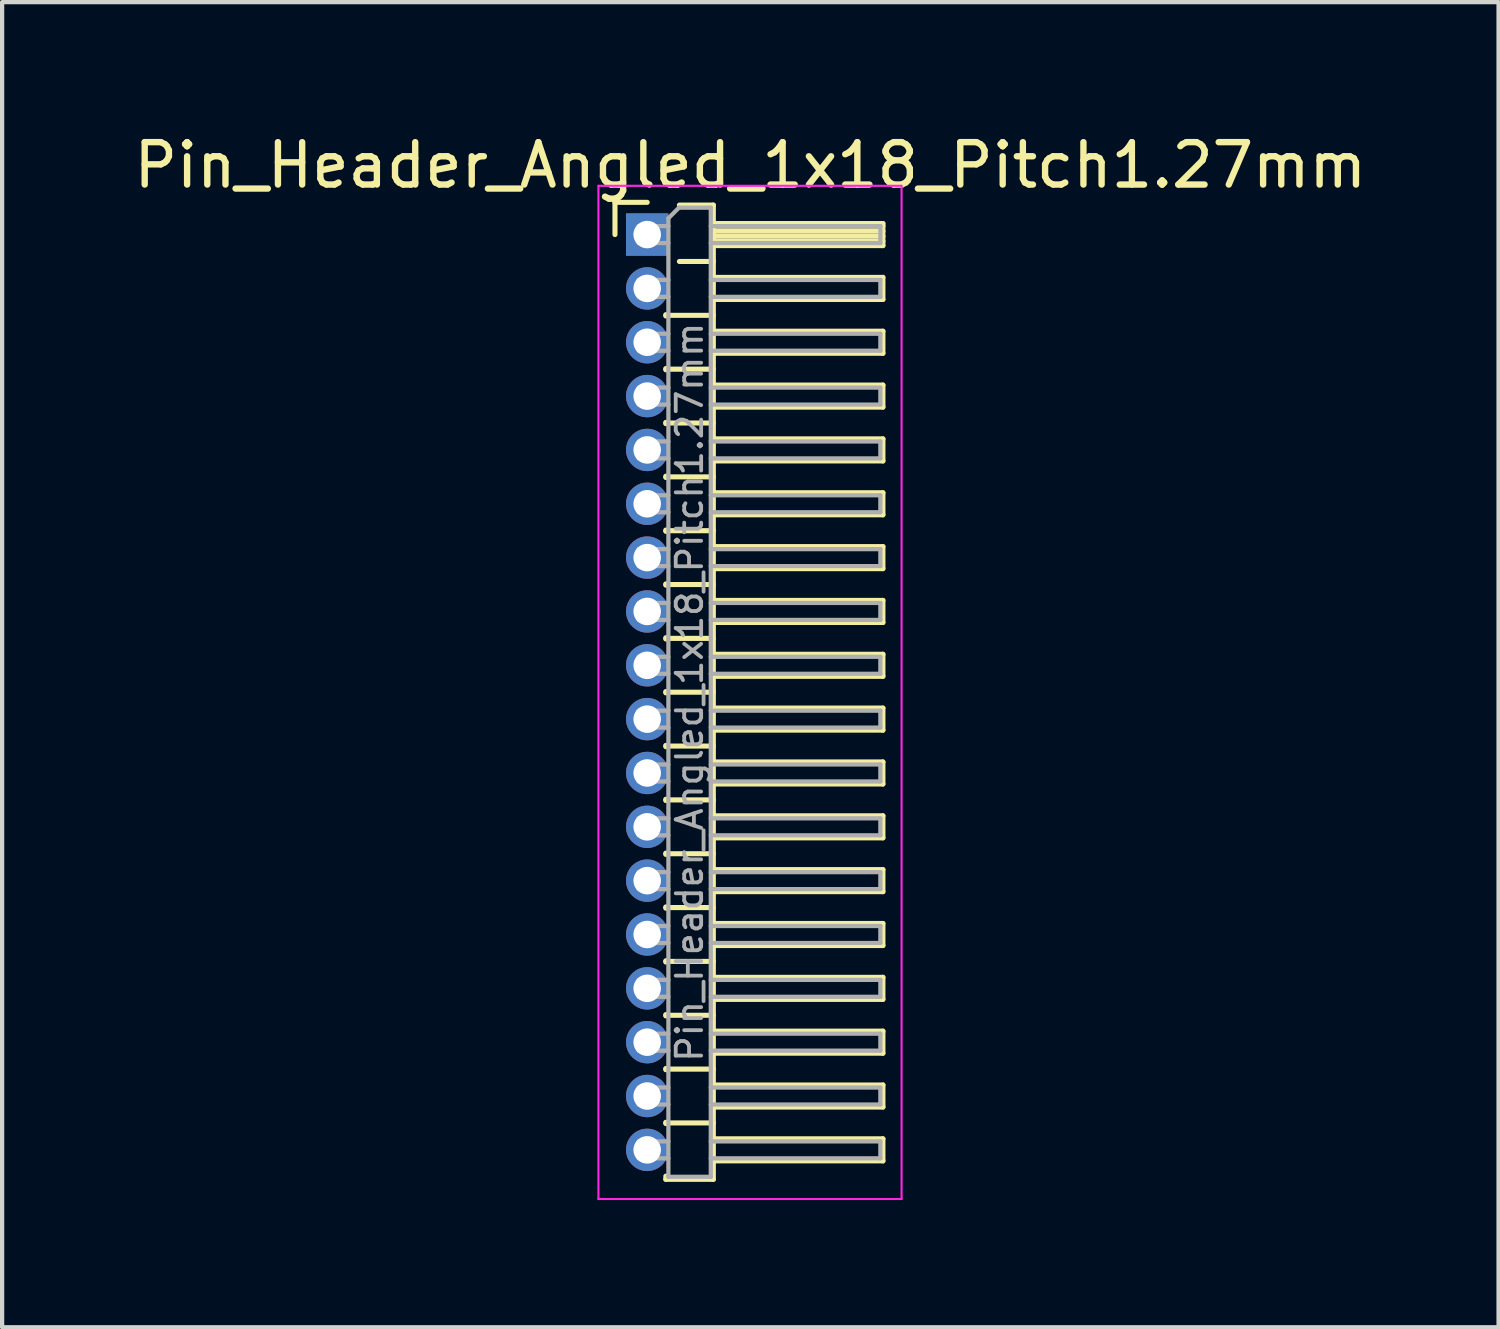
<source format=kicad_pcb>
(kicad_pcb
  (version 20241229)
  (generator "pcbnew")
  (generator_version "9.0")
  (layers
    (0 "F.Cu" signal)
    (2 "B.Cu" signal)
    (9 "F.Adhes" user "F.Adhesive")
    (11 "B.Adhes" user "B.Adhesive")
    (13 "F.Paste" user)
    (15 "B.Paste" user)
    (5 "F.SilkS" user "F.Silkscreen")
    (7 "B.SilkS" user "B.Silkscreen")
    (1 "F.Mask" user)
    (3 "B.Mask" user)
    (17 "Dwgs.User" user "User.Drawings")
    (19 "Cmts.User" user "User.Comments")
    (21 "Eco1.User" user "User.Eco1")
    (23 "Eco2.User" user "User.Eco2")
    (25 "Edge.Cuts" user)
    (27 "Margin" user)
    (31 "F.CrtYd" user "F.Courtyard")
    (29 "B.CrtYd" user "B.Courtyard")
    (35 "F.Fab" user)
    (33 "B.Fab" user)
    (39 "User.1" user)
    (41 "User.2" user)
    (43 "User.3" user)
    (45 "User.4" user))
  (footprint "Pin_Header_Angled_1x18_Pitch1.27mm"
    (layer "F.Cu")
    (at 12.216 2.483)
    (property "Reference" "Pin_Header_Angled_1x18_Pitch1.27mm" (at 2.433 -1.635 0) (layer "F.SilkS") (effects (font (size 1 1) (thickness 0.15))))
    (attr through_hole)
    (fp_line (start -0.76 -0.76) (end 0 -0.76) (stroke (width 0.12) (type solid)) (layer "F.SilkS"))
    (fp_line (start -0.76 0) (end -0.76 -0.76) (stroke (width 0.12) (type solid)) (layer "F.SilkS"))
    (fp_line (start 0.44 1.89) (end 0.44 1.92) (stroke (width 0.12) (type solid)) (layer "F.SilkS"))
    (fp_line (start 0.44 1.905) (end 1.56 1.905) (stroke (width 0.12) (type solid)) (layer "F.SilkS"))
    (fp_line (start 0.44 3.16) (end 0.44 3.19) (stroke (width 0.12) (type solid)) (layer "F.SilkS"))
    (fp_line (start 0.44 3.175) (end 1.56 3.175) (stroke (width 0.12) (type solid)) (layer "F.SilkS"))
    (fp_line (start 0.44 4.43) (end 0.44 4.46) (stroke (width 0.12) (type solid)) (layer "F.SilkS"))
    (fp_line (start 0.44 4.445) (end 1.56 4.445) (stroke (width 0.12) (type solid)) (layer "F.SilkS"))
    (fp_line (start 0.44 5.7) (end 0.44 5.73) (stroke (width 0.12) (type solid)) (layer "F.SilkS"))
    (fp_line (start 0.44 5.715) (end 1.56 5.715) (stroke (width 0.12) (type solid)) (layer "F.SilkS"))
    (fp_line (start 0.44 6.97) (end 0.44 7) (stroke (width 0.12) (type solid)) (layer "F.SilkS"))
    (fp_line (start 0.44 6.985) (end 1.56 6.985) (stroke (width 0.12) (type solid)) (layer "F.SilkS"))
    (fp_line (start 0.44 8.24) (end 0.44 8.27) (stroke (width 0.12) (type solid)) (layer "F.SilkS"))
    (fp_line (start 0.44 8.255) (end 1.56 8.255) (stroke (width 0.12) (type solid)) (layer "F.SilkS"))
    (fp_line (start 0.44 9.51) (end 0.44 9.54) (stroke (width 0.12) (type solid)) (layer "F.SilkS"))
    (fp_line (start 0.44 9.525) (end 1.56 9.525) (stroke (width 0.12) (type solid)) (layer "F.SilkS"))
    (fp_line (start 0.44 10.78) (end 0.44 10.81) (stroke (width 0.12) (type solid)) (layer "F.SilkS"))
    (fp_line (start 0.44 10.795) (end 1.56 10.795) (stroke (width 0.12) (type solid)) (layer "F.SilkS"))
    (fp_line (start 0.44 12.05) (end 0.44 12.08) (stroke (width 0.12) (type solid)) (layer "F.SilkS"))
    (fp_line (start 0.44 12.065) (end 1.56 12.065) (stroke (width 0.12) (type solid)) (layer "F.SilkS"))
    (fp_line (start 0.44 13.32) (end 0.44 13.35) (stroke (width 0.12) (type solid)) (layer "F.SilkS"))
    (fp_line (start 0.44 13.335) (end 1.56 13.335) (stroke (width 0.12) (type solid)) (layer "F.SilkS"))
    (fp_line (start 0.44 14.59) (end 0.44 14.62) (stroke (width 0.12) (type solid)) (layer "F.SilkS"))
    (fp_line (start 0.44 14.605) (end 1.56 14.605) (stroke (width 0.12) (type solid)) (layer "F.SilkS"))
    (fp_line (start 0.44 15.86) (end 0.44 15.89) (stroke (width 0.12) (type solid)) (layer "F.SilkS"))
    (fp_line (start 0.44 15.875) (end 1.56 15.875) (stroke (width 0.12) (type solid)) (layer "F.SilkS"))
    (fp_line (start 0.44 17.13) (end 0.44 17.16) (stroke (width 0.12) (type solid)) (layer "F.SilkS"))
    (fp_line (start 0.44 17.145) (end 1.56 17.145) (stroke (width 0.12) (type solid)) (layer "F.SilkS"))
    (fp_line (start 0.44 18.4) (end 0.44 18.43) (stroke (width 0.12) (type solid)) (layer "F.SilkS"))
    (fp_line (start 0.44 18.415) (end 1.56 18.415) (stroke (width 0.12) (type solid)) (layer "F.SilkS"))
    (fp_line (start 0.44 19.67) (end 0.44 19.7) (stroke (width 0.12) (type solid)) (layer "F.SilkS"))
    (fp_line (start 0.44 19.685) (end 1.56 19.685) (stroke (width 0.12) (type solid)) (layer "F.SilkS"))
    (fp_line (start 0.44 20.94) (end 0.44 20.97) (stroke (width 0.12) (type solid)) (layer "F.SilkS"))
    (fp_line (start 0.44 20.955) (end 1.56 20.955) (stroke (width 0.12) (type solid)) (layer "F.SilkS"))
    (fp_line (start 0.44 22.285) (end 0.44 22.21) (stroke (width 0.12) (type solid)) (layer "F.SilkS"))
    (fp_line (start 0.76 -0.695) (end 1.56 -0.695) (stroke (width 0.12) (type solid)) (layer "F.SilkS"))
    (fp_line (start 0.76 0.635) (end 1.56 0.635) (stroke (width 0.12) (type solid)) (layer "F.SilkS"))
    (fp_line (start 1.56 -0.695) (end 1.56 22.285) (stroke (width 0.12) (type solid)) (layer "F.SilkS"))
    (fp_line (start 1.56 -0.26) (end 5.56 -0.26) (stroke (width 0.12) (type solid)) (layer "F.SilkS"))
    (fp_line (start 1.56 -0.2) (end 5.56 -0.2) (stroke (width 0.12) (type solid)) (layer "F.SilkS"))
    (fp_line (start 1.56 -0.08) (end 5.56 -0.08) (stroke (width 0.12) (type solid)) (layer "F.SilkS"))
    (fp_line (start 1.56 0.04) (end 5.56 0.04) (stroke (width 0.12) (type solid)) (layer "F.SilkS"))
    (fp_line (start 1.56 0.16) (end 5.56 0.16) (stroke (width 0.12) (type solid)) (layer "F.SilkS"))
    (fp_line (start 1.56 1.01) (end 5.56 1.01) (stroke (width 0.12) (type solid)) (layer "F.SilkS"))
    (fp_line (start 1.56 2.28) (end 5.56 2.28) (stroke (width 0.12) (type solid)) (layer "F.SilkS"))
    (fp_line (start 1.56 3.55) (end 5.56 3.55) (stroke (width 0.12) (type solid)) (layer "F.SilkS"))
    (fp_line (start 1.56 4.82) (end 5.56 4.82) (stroke (width 0.12) (type solid)) (layer "F.SilkS"))
    (fp_line (start 1.56 6.09) (end 5.56 6.09) (stroke (width 0.12) (type solid)) (layer "F.SilkS"))
    (fp_line (start 1.56 7.36) (end 5.56 7.36) (stroke (width 0.12) (type solid)) (layer "F.SilkS"))
    (fp_line (start 1.56 8.63) (end 5.56 8.63) (stroke (width 0.12) (type solid)) (layer "F.SilkS"))
    (fp_line (start 1.56 9.9) (end 5.56 9.9) (stroke (width 0.12) (type solid)) (layer "F.SilkS"))
    (fp_line (start 1.56 11.17) (end 5.56 11.17) (stroke (width 0.12) (type solid)) (layer "F.SilkS"))
    (fp_line (start 1.56 12.44) (end 5.56 12.44) (stroke (width 0.12) (type solid)) (layer "F.SilkS"))
    (fp_line (start 1.56 13.71) (end 5.56 13.71) (stroke (width 0.12) (type solid)) (layer "F.SilkS"))
    (fp_line (start 1.56 14.98) (end 5.56 14.98) (stroke (width 0.12) (type solid)) (layer "F.SilkS"))
    (fp_line (start 1.56 16.25) (end 5.56 16.25) (stroke (width 0.12) (type solid)) (layer "F.SilkS"))
    (fp_line (start 1.56 17.52) (end 5.56 17.52) (stroke (width 0.12) (type solid)) (layer "F.SilkS"))
    (fp_line (start 1.56 18.79) (end 5.56 18.79) (stroke (width 0.12) (type solid)) (layer "F.SilkS"))
    (fp_line (start 1.56 20.06) (end 5.56 20.06) (stroke (width 0.12) (type solid)) (layer "F.SilkS"))
    (fp_line (start 1.56 21.33) (end 5.56 21.33) (stroke (width 0.12) (type solid)) (layer "F.SilkS"))
    (fp_line (start 1.56 22.285) (end 0.44 22.285) (stroke (width 0.12) (type solid)) (layer "F.SilkS"))
    (fp_line (start 5.56 -0.26) (end 5.56 0.26) (stroke (width 0.12) (type solid)) (layer "F.SilkS"))
    (fp_line (start 5.56 0.26) (end 1.56 0.26) (stroke (width 0.12) (type solid)) (layer "F.SilkS"))
    (fp_line (start 5.56 1.01) (end 5.56 1.53) (stroke (width 0.12) (type solid)) (layer "F.SilkS"))
    (fp_line (start 5.56 1.53) (end 1.56 1.53) (stroke (width 0.12) (type solid)) (layer "F.SilkS"))
    (fp_line (start 5.56 2.28) (end 5.56 2.8) (stroke (width 0.12) (type solid)) (layer "F.SilkS"))
    (fp_line (start 5.56 2.8) (end 1.56 2.8) (stroke (width 0.12) (type solid)) (layer "F.SilkS"))
    (fp_line (start 5.56 3.55) (end 5.56 4.07) (stroke (width 0.12) (type solid)) (layer "F.SilkS"))
    (fp_line (start 5.56 4.07) (end 1.56 4.07) (stroke (width 0.12) (type solid)) (layer "F.SilkS"))
    (fp_line (start 5.56 4.82) (end 5.56 5.34) (stroke (width 0.12) (type solid)) (layer "F.SilkS"))
    (fp_line (start 5.56 5.34) (end 1.56 5.34) (stroke (width 0.12) (type solid)) (layer "F.SilkS"))
    (fp_line (start 5.56 6.09) (end 5.56 6.61) (stroke (width 0.12) (type solid)) (layer "F.SilkS"))
    (fp_line (start 5.56 6.61) (end 1.56 6.61) (stroke (width 0.12) (type solid)) (layer "F.SilkS"))
    (fp_line (start 5.56 7.36) (end 5.56 7.88) (stroke (width 0.12) (type solid)) (layer "F.SilkS"))
    (fp_line (start 5.56 7.88) (end 1.56 7.88) (stroke (width 0.12) (type solid)) (layer "F.SilkS"))
    (fp_line (start 5.56 8.63) (end 5.56 9.15) (stroke (width 0.12) (type solid)) (layer "F.SilkS"))
    (fp_line (start 5.56 9.15) (end 1.56 9.15) (stroke (width 0.12) (type solid)) (layer "F.SilkS"))
    (fp_line (start 5.56 9.9) (end 5.56 10.42) (stroke (width 0.12) (type solid)) (layer "F.SilkS"))
    (fp_line (start 5.56 10.42) (end 1.56 10.42) (stroke (width 0.12) (type solid)) (layer "F.SilkS"))
    (fp_line (start 5.56 11.17) (end 5.56 11.69) (stroke (width 0.12) (type solid)) (layer "F.SilkS"))
    (fp_line (start 5.56 11.69) (end 1.56 11.69) (stroke (width 0.12) (type solid)) (layer "F.SilkS"))
    (fp_line (start 5.56 12.44) (end 5.56 12.96) (stroke (width 0.12) (type solid)) (layer "F.SilkS"))
    (fp_line (start 5.56 12.96) (end 1.56 12.96) (stroke (width 0.12) (type solid)) (layer "F.SilkS"))
    (fp_line (start 5.56 13.71) (end 5.56 14.23) (stroke (width 0.12) (type solid)) (layer "F.SilkS"))
    (fp_line (start 5.56 14.23) (end 1.56 14.23) (stroke (width 0.12) (type solid)) (layer "F.SilkS"))
    (fp_line (start 5.56 14.98) (end 5.56 15.5) (stroke (width 0.12) (type solid)) (layer "F.SilkS"))
    (fp_line (start 5.56 15.5) (end 1.56 15.5) (stroke (width 0.12) (type solid)) (layer "F.SilkS"))
    (fp_line (start 5.56 16.25) (end 5.56 16.77) (stroke (width 0.12) (type solid)) (layer "F.SilkS"))
    (fp_line (start 5.56 16.77) (end 1.56 16.77) (stroke (width 0.12) (type solid)) (layer "F.SilkS"))
    (fp_line (start 5.56 17.52) (end 5.56 18.04) (stroke (width 0.12) (type solid)) (layer "F.SilkS"))
    (fp_line (start 5.56 18.04) (end 1.56 18.04) (stroke (width 0.12) (type solid)) (layer "F.SilkS"))
    (fp_line (start 5.56 18.79) (end 5.56 19.31) (stroke (width 0.12) (type solid)) (layer "F.SilkS"))
    (fp_line (start 5.56 19.31) (end 1.56 19.31) (stroke (width 0.12) (type solid)) (layer "F.SilkS"))
    (fp_line (start 5.56 20.06) (end 5.56 20.58) (stroke (width 0.12) (type solid)) (layer "F.SilkS"))
    (fp_line (start 5.56 20.58) (end 1.56 20.58) (stroke (width 0.12) (type solid)) (layer "F.SilkS"))
    (fp_line (start 5.56 21.33) (end 5.56 21.85) (stroke (width 0.12) (type solid)) (layer "F.SilkS"))
    (fp_line (start 5.56 21.85) (end 1.56 21.85) (stroke (width 0.12) (type solid)) (layer "F.SilkS"))
    (fp_line (start -1.15 -1.15) (end -1.15 22.75) (stroke (width 0.05) (type solid)) (layer "F.CrtYd"))
    (fp_line (start -1.15 22.75) (end 6 22.75) (stroke (width 0.05) (type solid)) (layer "F.CrtYd"))
    (fp_line (start 6 -1.15) (end -1.15 -1.15) (stroke (width 0.05) (type solid)) (layer "F.CrtYd"))
    (fp_line (start 6 22.75) (end 6 -1.15) (stroke (width 0.05) (type solid)) (layer "F.CrtYd"))
    (fp_line (start -0.2 -0.2) (end -0.2 0.2) (stroke (width 0.1) (type solid)) (layer "F.Fab"))
    (fp_line (start -0.2 -0.2) (end 0.5 -0.2) (stroke (width 0.1) (type solid)) (layer "F.Fab"))
    (fp_line (start -0.2 0.2) (end 0.5 0.2) (stroke (width 0.1) (type solid)) (layer "F.Fab"))
    (fp_line (start -0.2 1.07) (end -0.2 1.47) (stroke (width 0.1) (type solid)) (layer "F.Fab"))
    (fp_line (start -0.2 1.07) (end 0.5 1.07) (stroke (width 0.1) (type solid)) (layer "F.Fab"))
    (fp_line (start -0.2 1.47) (end 0.5 1.47) (stroke (width 0.1) (type solid)) (layer "F.Fab"))
    (fp_line (start -0.2 2.34) (end -0.2 2.74) (stroke (width 0.1) (type solid)) (layer "F.Fab"))
    (fp_line (start -0.2 2.34) (end 0.5 2.34) (stroke (width 0.1) (type solid)) (layer "F.Fab"))
    (fp_line (start -0.2 2.74) (end 0.5 2.74) (stroke (width 0.1) (type solid)) (layer "F.Fab"))
    (fp_line (start -0.2 3.61) (end -0.2 4.01) (stroke (width 0.1) (type solid)) (layer "F.Fab"))
    (fp_line (start -0.2 3.61) (end 0.5 3.61) (stroke (width 0.1) (type solid)) (layer "F.Fab"))
    (fp_line (start -0.2 4.01) (end 0.5 4.01) (stroke (width 0.1) (type solid)) (layer "F.Fab"))
    (fp_line (start -0.2 4.88) (end -0.2 5.28) (stroke (width 0.1) (type solid)) (layer "F.Fab"))
    (fp_line (start -0.2 4.88) (end 0.5 4.88) (stroke (width 0.1) (type solid)) (layer "F.Fab"))
    (fp_line (start -0.2 5.28) (end 0.5 5.28) (stroke (width 0.1) (type solid)) (layer "F.Fab"))
    (fp_line (start -0.2 6.15) (end -0.2 6.55) (stroke (width 0.1) (type solid)) (layer "F.Fab"))
    (fp_line (start -0.2 6.15) (end 0.5 6.15) (stroke (width 0.1) (type solid)) (layer "F.Fab"))
    (fp_line (start -0.2 6.55) (end 0.5 6.55) (stroke (width 0.1) (type solid)) (layer "F.Fab"))
    (fp_line (start -0.2 7.42) (end -0.2 7.82) (stroke (width 0.1) (type solid)) (layer "F.Fab"))
    (fp_line (start -0.2 7.42) (end 0.5 7.42) (stroke (width 0.1) (type solid)) (layer "F.Fab"))
    (fp_line (start -0.2 7.82) (end 0.5 7.82) (stroke (width 0.1) (type solid)) (layer "F.Fab"))
    (fp_line (start -0.2 8.69) (end -0.2 9.09) (stroke (width 0.1) (type solid)) (layer "F.Fab"))
    (fp_line (start -0.2 8.69) (end 0.5 8.69) (stroke (width 0.1) (type solid)) (layer "F.Fab"))
    (fp_line (start -0.2 9.09) (end 0.5 9.09) (stroke (width 0.1) (type solid)) (layer "F.Fab"))
    (fp_line (start -0.2 9.96) (end -0.2 10.36) (stroke (width 0.1) (type solid)) (layer "F.Fab"))
    (fp_line (start -0.2 9.96) (end 0.5 9.96) (stroke (width 0.1) (type solid)) (layer "F.Fab"))
    (fp_line (start -0.2 10.36) (end 0.5 10.36) (stroke (width 0.1) (type solid)) (layer "F.Fab"))
    (fp_line (start -0.2 11.23) (end -0.2 11.63) (stroke (width 0.1) (type solid)) (layer "F.Fab"))
    (fp_line (start -0.2 11.23) (end 0.5 11.23) (stroke (width 0.1) (type solid)) (layer "F.Fab"))
    (fp_line (start -0.2 11.63) (end 0.5 11.63) (stroke (width 0.1) (type solid)) (layer "F.Fab"))
    (fp_line (start -0.2 12.5) (end -0.2 12.9) (stroke (width 0.1) (type solid)) (layer "F.Fab"))
    (fp_line (start -0.2 12.5) (end 0.5 12.5) (stroke (width 0.1) (type solid)) (layer "F.Fab"))
    (fp_line (start -0.2 12.9) (end 0.5 12.9) (stroke (width 0.1) (type solid)) (layer "F.Fab"))
    (fp_line (start -0.2 13.77) (end -0.2 14.17) (stroke (width 0.1) (type solid)) (layer "F.Fab"))
    (fp_line (start -0.2 13.77) (end 0.5 13.77) (stroke (width 0.1) (type solid)) (layer "F.Fab"))
    (fp_line (start -0.2 14.17) (end 0.5 14.17) (stroke (width 0.1) (type solid)) (layer "F.Fab"))
    (fp_line (start -0.2 15.04) (end -0.2 15.44) (stroke (width 0.1) (type solid)) (layer "F.Fab"))
    (fp_line (start -0.2 15.04) (end 0.5 15.04) (stroke (width 0.1) (type solid)) (layer "F.Fab"))
    (fp_line (start -0.2 15.44) (end 0.5 15.44) (stroke (width 0.1) (type solid)) (layer "F.Fab"))
    (fp_line (start -0.2 16.31) (end -0.2 16.71) (stroke (width 0.1) (type solid)) (layer "F.Fab"))
    (fp_line (start -0.2 16.31) (end 0.5 16.31) (stroke (width 0.1) (type solid)) (layer "F.Fab"))
    (fp_line (start -0.2 16.71) (end 0.5 16.71) (stroke (width 0.1) (type solid)) (layer "F.Fab"))
    (fp_line (start -0.2 17.58) (end -0.2 17.98) (stroke (width 0.1) (type solid)) (layer "F.Fab"))
    (fp_line (start -0.2 17.58) (end 0.5 17.58) (stroke (width 0.1) (type solid)) (layer "F.Fab"))
    (fp_line (start -0.2 17.98) (end 0.5 17.98) (stroke (width 0.1) (type solid)) (layer "F.Fab"))
    (fp_line (start -0.2 18.85) (end -0.2 19.25) (stroke (width 0.1) (type solid)) (layer "F.Fab"))
    (fp_line (start -0.2 18.85) (end 0.5 18.85) (stroke (width 0.1) (type solid)) (layer "F.Fab"))
    (fp_line (start -0.2 19.25) (end 0.5 19.25) (stroke (width 0.1) (type solid)) (layer "F.Fab"))
    (fp_line (start -0.2 20.12) (end -0.2 20.52) (stroke (width 0.1) (type solid)) (layer "F.Fab"))
    (fp_line (start -0.2 20.12) (end 0.5 20.12) (stroke (width 0.1) (type solid)) (layer "F.Fab"))
    (fp_line (start -0.2 20.52) (end 0.5 20.52) (stroke (width 0.1) (type solid)) (layer "F.Fab"))
    (fp_line (start -0.2 21.39) (end -0.2 21.79) (stroke (width 0.1) (type solid)) (layer "F.Fab"))
    (fp_line (start -0.2 21.39) (end 0.5 21.39) (stroke (width 0.1) (type solid)) (layer "F.Fab"))
    (fp_line (start -0.2 21.79) (end 0.5 21.79) (stroke (width 0.1) (type solid)) (layer "F.Fab"))
    (fp_line (start 0.5 -0.385) (end 0.75 -0.635) (stroke (width 0.1) (type solid)) (layer "F.Fab"))
    (fp_line (start 0.5 22.225) (end 0.5 -0.385) (stroke (width 0.1) (type solid)) (layer "F.Fab"))
    (fp_line (start 0.75 -0.635) (end 1.5 -0.635) (stroke (width 0.1) (type solid)) (layer "F.Fab"))
    (fp_line (start 1.5 -0.635) (end 1.5 22.225) (stroke (width 0.1) (type solid)) (layer "F.Fab"))
    (fp_line (start 1.5 -0.2) (end 5.5 -0.2) (stroke (width 0.1) (type solid)) (layer "F.Fab"))
    (fp_line (start 1.5 0.2) (end 5.5 0.2) (stroke (width 0.1) (type solid)) (layer "F.Fab"))
    (fp_line (start 1.5 1.07) (end 5.5 1.07) (stroke (width 0.1) (type solid)) (layer "F.Fab"))
    (fp_line (start 1.5 1.47) (end 5.5 1.47) (stroke (width 0.1) (type solid)) (layer "F.Fab"))
    (fp_line (start 1.5 2.34) (end 5.5 2.34) (stroke (width 0.1) (type solid)) (layer "F.Fab"))
    (fp_line (start 1.5 2.74) (end 5.5 2.74) (stroke (width 0.1) (type solid)) (layer "F.Fab"))
    (fp_line (start 1.5 3.61) (end 5.5 3.61) (stroke (width 0.1) (type solid)) (layer "F.Fab"))
    (fp_line (start 1.5 4.01) (end 5.5 4.01) (stroke (width 0.1) (type solid)) (layer "F.Fab"))
    (fp_line (start 1.5 4.88) (end 5.5 4.88) (stroke (width 0.1) (type solid)) (layer "F.Fab"))
    (fp_line (start 1.5 5.28) (end 5.5 5.28) (stroke (width 0.1) (type solid)) (layer "F.Fab"))
    (fp_line (start 1.5 6.15) (end 5.5 6.15) (stroke (width 0.1) (type solid)) (layer "F.Fab"))
    (fp_line (start 1.5 6.55) (end 5.5 6.55) (stroke (width 0.1) (type solid)) (layer "F.Fab"))
    (fp_line (start 1.5 7.42) (end 5.5 7.42) (stroke (width 0.1) (type solid)) (layer "F.Fab"))
    (fp_line (start 1.5 7.82) (end 5.5 7.82) (stroke (width 0.1) (type solid)) (layer "F.Fab"))
    (fp_line (start 1.5 8.69) (end 5.5 8.69) (stroke (width 0.1) (type solid)) (layer "F.Fab"))
    (fp_line (start 1.5 9.09) (end 5.5 9.09) (stroke (width 0.1) (type solid)) (layer "F.Fab"))
    (fp_line (start 1.5 9.96) (end 5.5 9.96) (stroke (width 0.1) (type solid)) (layer "F.Fab"))
    (fp_line (start 1.5 10.36) (end 5.5 10.36) (stroke (width 0.1) (type solid)) (layer "F.Fab"))
    (fp_line (start 1.5 11.23) (end 5.5 11.23) (stroke (width 0.1) (type solid)) (layer "F.Fab"))
    (fp_line (start 1.5 11.63) (end 5.5 11.63) (stroke (width 0.1) (type solid)) (layer "F.Fab"))
    (fp_line (start 1.5 12.5) (end 5.5 12.5) (stroke (width 0.1) (type solid)) (layer "F.Fab"))
    (fp_line (start 1.5 12.9) (end 5.5 12.9) (stroke (width 0.1) (type solid)) (layer "F.Fab"))
    (fp_line (start 1.5 13.77) (end 5.5 13.77) (stroke (width 0.1) (type solid)) (layer "F.Fab"))
    (fp_line (start 1.5 14.17) (end 5.5 14.17) (stroke (width 0.1) (type solid)) (layer "F.Fab"))
    (fp_line (start 1.5 15.04) (end 5.5 15.04) (stroke (width 0.1) (type solid)) (layer "F.Fab"))
    (fp_line (start 1.5 15.44) (end 5.5 15.44) (stroke (width 0.1) (type solid)) (layer "F.Fab"))
    (fp_line (start 1.5 16.31) (end 5.5 16.31) (stroke (width 0.1) (type solid)) (layer "F.Fab"))
    (fp_line (start 1.5 16.71) (end 5.5 16.71) (stroke (width 0.1) (type solid)) (layer "F.Fab"))
    (fp_line (start 1.5 17.58) (end 5.5 17.58) (stroke (width 0.1) (type solid)) (layer "F.Fab"))
    (fp_line (start 1.5 17.98) (end 5.5 17.98) (stroke (width 0.1) (type solid)) (layer "F.Fab"))
    (fp_line (start 1.5 18.85) (end 5.5 18.85) (stroke (width 0.1) (type solid)) (layer "F.Fab"))
    (fp_line (start 1.5 19.25) (end 5.5 19.25) (stroke (width 0.1) (type solid)) (layer "F.Fab"))
    (fp_line (start 1.5 20.12) (end 5.5 20.12) (stroke (width 0.1) (type solid)) (layer "F.Fab"))
    (fp_line (start 1.5 20.52) (end 5.5 20.52) (stroke (width 0.1) (type solid)) (layer "F.Fab"))
    (fp_line (start 1.5 21.39) (end 5.5 21.39) (stroke (width 0.1) (type solid)) (layer "F.Fab"))
    (fp_line (start 1.5 21.79) (end 5.5 21.79) (stroke (width 0.1) (type solid)) (layer "F.Fab"))
    (fp_line (start 1.5 22.225) (end 0.5 22.225) (stroke (width 0.1) (type solid)) (layer "F.Fab"))
    (fp_line (start 5.5 -0.2) (end 5.5 0.2) (stroke (width 0.1) (type solid)) (layer "F.Fab"))
    (fp_line (start 5.5 1.07) (end 5.5 1.47) (stroke (width 0.1) (type solid)) (layer "F.Fab"))
    (fp_line (start 5.5 2.34) (end 5.5 2.74) (stroke (width 0.1) (type solid)) (layer "F.Fab"))
    (fp_line (start 5.5 3.61) (end 5.5 4.01) (stroke (width 0.1) (type solid)) (layer "F.Fab"))
    (fp_line (start 5.5 4.88) (end 5.5 5.28) (stroke (width 0.1) (type solid)) (layer "F.Fab"))
    (fp_line (start 5.5 6.15) (end 5.5 6.55) (stroke (width 0.1) (type solid)) (layer "F.Fab"))
    (fp_line (start 5.5 7.42) (end 5.5 7.82) (stroke (width 0.1) (type solid)) (layer "F.Fab"))
    (fp_line (start 5.5 8.69) (end 5.5 9.09) (stroke (width 0.1) (type solid)) (layer "F.Fab"))
    (fp_line (start 5.5 9.96) (end 5.5 10.36) (stroke (width 0.1) (type solid)) (layer "F.Fab"))
    (fp_line (start 5.5 11.23) (end 5.5 11.63) (stroke (width 0.1) (type solid)) (layer "F.Fab"))
    (fp_line (start 5.5 12.5) (end 5.5 12.9) (stroke (width 0.1) (type solid)) (layer "F.Fab"))
    (fp_line (start 5.5 13.77) (end 5.5 14.17) (stroke (width 0.1) (type solid)) (layer "F.Fab"))
    (fp_line (start 5.5 15.04) (end 5.5 15.44) (stroke (width 0.1) (type solid)) (layer "F.Fab"))
    (fp_line (start 5.5 16.31) (end 5.5 16.71) (stroke (width 0.1) (type solid)) (layer "F.Fab"))
    (fp_line (start 5.5 17.58) (end 5.5 17.98) (stroke (width 0.1) (type solid)) (layer "F.Fab"))
    (fp_line (start 5.5 18.85) (end 5.5 19.25) (stroke (width 0.1) (type solid)) (layer "F.Fab"))
    (fp_line (start 5.5 20.12) (end 5.5 20.52) (stroke (width 0.1) (type solid)) (layer "F.Fab"))
    (fp_line (start 5.5 21.39) (end 5.5 21.79) (stroke (width 0.1) (type solid)) (layer "F.Fab"))
    (fp_text user "${REFERENCE}" (at 1 10.795 90) (layer "F.Fab") (effects (font (size 0.6 0.6) (thickness 0.09))))
    (pad "1" thru_hole rect (at 0 0) (size 1 1) (drill 0.65) (layers "*.Cu" "*.Mask"))
    (pad "2" thru_hole oval (at 0 1.27) (size 1 1) (drill 0.65) (layers "*.Cu" "*.Mask"))
    (pad "3" thru_hole oval (at 0 2.54) (size 1 1) (drill 0.65) (layers "*.Cu" "*.Mask"))
    (pad "4" thru_hole oval (at 0 3.81) (size 1 1) (drill 0.65) (layers "*.Cu" "*.Mask"))
    (pad "5" thru_hole oval (at 0 5.08) (size 1 1) (drill 0.65) (layers "*.Cu" "*.Mask"))
    (pad "6" thru_hole oval (at 0 6.35) (size 1 1) (drill 0.65) (layers "*.Cu" "*.Mask"))
    (pad "7" thru_hole oval (at 0 7.62) (size 1 1) (drill 0.65) (layers "*.Cu" "*.Mask"))
    (pad "8" thru_hole oval (at 0 8.89) (size 1 1) (drill 0.65) (layers "*.Cu" "*.Mask"))
    (pad "9" thru_hole oval (at 0 10.16) (size 1 1) (drill 0.65) (layers "*.Cu" "*.Mask"))
    (pad "10" thru_hole oval (at 0 11.43) (size 1 1) (drill 0.65) (layers "*.Cu" "*.Mask"))
    (pad "11" thru_hole oval (at 0 12.7) (size 1 1) (drill 0.65) (layers "*.Cu" "*.Mask"))
    (pad "12" thru_hole oval (at 0 13.97) (size 1 1) (drill 0.65) (layers "*.Cu" "*.Mask"))
    (pad "13" thru_hole oval (at 0 15.24) (size 1 1) (drill 0.65) (layers "*.Cu" "*.Mask"))
    (pad "14" thru_hole oval (at 0 16.51) (size 1 1) (drill 0.65) (layers "*.Cu" "*.Mask"))
    (pad "15" thru_hole oval (at 0 17.78) (size 1 1) (drill 0.65) (layers "*.Cu" "*.Mask"))
    (pad "16" thru_hole oval (at 0 19.05) (size 1 1) (drill 0.65) (layers "*.Cu" "*.Mask"))
    (pad "17" thru_hole oval (at 0 20.32) (size 1 1) (drill 0.65) (layers "*.Cu" "*.Mask"))
    (pad "18" thru_hole oval (at 0 21.59) (size 1 1) (drill 0.65) (layers "*.Cu" "*.Mask")))
  (gr_rect
    (start -3 -3)
    (end 32.298 28.258)
    (stroke (width 0.1) (type default))
    (fill no)
    (layer "Edge.Cuts")))
</source>
